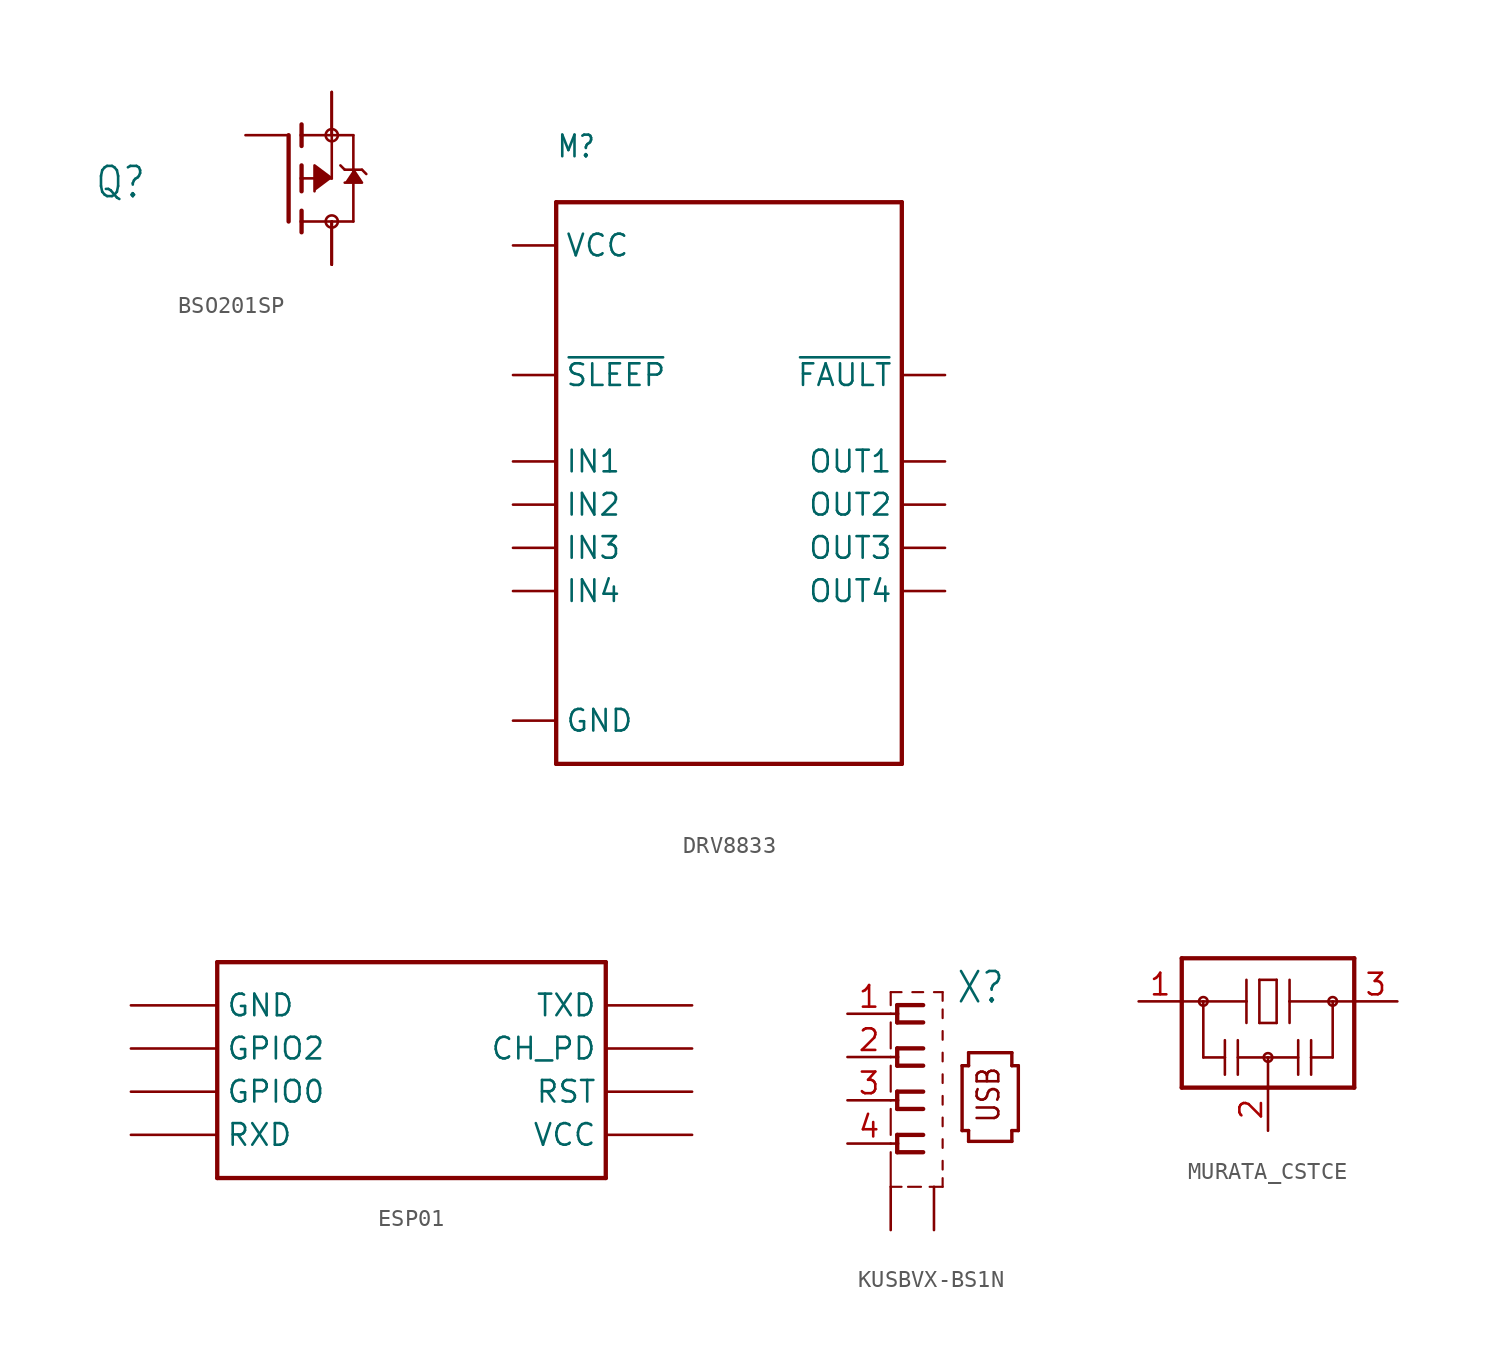
<source format=kicad_sym>
(kicad_symbol_lib
  (version 20220914)
  (generator kicad_symbol_editor)
  (symbol "BSO201SP"
    (property "Reference" "Q"
      (at -11.43 -1.27 0)
      (effects (font (size 1.778 1.511)) (justify left bottom)))
    (property "Value" ""
      (at -11.43 -3.81 0)
      (effects (font (size 1.778 1.511)) (justify left bottom)))
    (property "ki_locked" ""
      (at 0 0 0)
      (effects (font (size 1.27 1.27))))
    (symbol "BSO201SP_1_0"
      (polyline (pts (xy 0 -2.54) (xy 0 2.54)) (stroke (width 0.254) (type solid)) (fill (type none)))
      (polyline (pts (xy 0.762 -3.175) (xy 0.762 -2.54)) (stroke (width 0.254) (type solid)) (fill (type none)))
      (polyline (pts (xy 0.762 -2.54) (xy 0.762 -1.905)) (stroke (width 0.254) (type solid)) (fill (type none)))
      (polyline (pts (xy 0.762 -2.54) (xy 3.81 -2.54)) (stroke (width 0.152) (type solid)) (fill (type none)))
      (polyline (pts (xy 0.762 -0.762) (xy 0.762 0)) (stroke (width 0.254) (type solid)) (fill (type none)))
      (polyline (pts (xy 0.762 0) (xy 0.762 0.762)) (stroke (width 0.254) (type solid)) (fill (type none)))
      (polyline (pts (xy 0.762 0) (xy 2.54 0)) (stroke (width 0.152) (type solid)) (fill (type none)))
      (polyline (pts (xy 0.762 1.905) (xy 0.762 2.54)) (stroke (width 0.254) (type solid)) (fill (type none)))
      (polyline (pts (xy 0.762 2.54) (xy 0.762 3.175)) (stroke (width 0.254) (type solid)) (fill (type none)))
      (polyline (pts (xy 2.54 0) (xy 2.54 2.54)) (stroke (width 0.152) (type solid)) (fill (type none)))
      (polyline (pts (xy 2.54 2.54) (xy 0.762 2.54)) (stroke (width 0.152) (type solid)) (fill (type none)))
      (polyline (pts (xy 2.54 2.54) (xy 3.81 2.54)) (stroke (width 0.152) (type solid)) (fill (type none)))
      (polyline (pts (xy 3.048 0.762) (xy 3.302 0.508)) (stroke (width 0.152) (type solid)) (fill (type none)))
      (polyline (pts (xy 3.302 0.508) (xy 3.81 0.508)) (stroke (width 0.152) (type solid)) (fill (type none)))
      (polyline (pts (xy 3.81 -2.54) (xy 3.81 0.508)) (stroke (width 0.152) (type solid)) (fill (type none)))
      (polyline (pts (xy 3.81 0.508) (xy 3.81 2.54)) (stroke (width 0.152) (type solid)) (fill (type none)))
      (polyline (pts (xy 3.81 0.508) (xy 4.318 0.508)) (stroke (width 0.152) (type solid)) (fill (type none)))
      (polyline (pts (xy 4.318 0.508) (xy 4.572 0.254)) (stroke (width 0.152) (type solid)) (fill (type none)))
      (polyline (pts (xy 2.54 0) (xy 1.524 0.762) (xy 1.524 -0.762)) (stroke (width 0.152) (type solid)) (fill (type outline)))
      (polyline (pts (xy 3.81 0.508) (xy 4.318 -0.254) (xy 3.302 -0.254)) (stroke (width 0.152) (type solid)) (fill (type outline)))
      (circle (center 2.54 -2.54) (radius 0.359) (stroke (width 0) (type solid)) (fill (type none)))
      (circle (center 2.54 2.54) (radius 0.359) (stroke (width 0) (type solid)) (fill (type none)))
      (pin passive line (at 2.54 5.08 270) (length 2.54) (name "S" (effects (font (size 0 0)))) (number "1" (effects (font (size 0 0)))))
      (pin passive line (at 2.54 5.08 270) (length 2.54) (name "S" (effects (font (size 0 0)))) (number "2" (effects (font (size 0 0)))))
      (pin passive line (at 2.54 5.08 270) (length 2.54) (name "S" (effects (font (size 0 0)))) (number "3" (effects (font (size 0 0)))))
      (pin passive line (at -2.54 2.54 0) (length 2.54) (name "G" (effects (font (size 0 0)))) (number "4" (effects (font (size 0 0)))))
      (pin passive line (at 2.54 -5.08 90) (length 2.54) (name "D" (effects (font (size 0 0)))) (number "5" (effects (font (size 0 0)))))
      (pin passive line (at 2.54 -5.08 90) (length 2.54) (name "D" (effects (font (size 0 0)))) (number "6" (effects (font (size 0 0)))))
      (pin passive line (at 2.54 -5.08 90) (length 2.54) (name "D" (effects (font (size 0 0)))) (number "7" (effects (font (size 0 0)))))
      (pin passive line (at 2.54 -5.08 90) (length 2.54) (name "D" (effects (font (size 0 0)))) (number "8" (effects (font (size 0 0)))))))
  (symbol "DRV8833"
    (property "Reference" "M"
      (at -10.16 20.32 0)
      (effects (font (size 1.27 1.079)) (justify left bottom)))
    (property "Value" ""
      (at -10.16 18.542 0)
      (effects (font (size 1.27 1.079)) (justify left bottom)))
    (property "ki_locked" ""
      (at 0 0 0)
      (effects (font (size 1.27 1.27))))
    (symbol "DRV8833_1_0"
      (polyline (pts (xy -10.16 -15.24) (xy 10.16 -15.24)) (stroke (width 0.254) (type solid)) (fill (type none)))
      (polyline (pts (xy -10.16 17.78) (xy -10.16 -15.24)) (stroke (width 0.254) (type solid)) (fill (type none)))
      (polyline (pts (xy 10.16 -15.24) (xy 10.16 17.78)) (stroke (width 0.254) (type solid)) (fill (type none)))
      (polyline (pts (xy 10.16 17.78) (xy -10.16 17.78)) (stroke (width 0.254) (type solid)) (fill (type none)))
      (pin bidirectional line (at 12.7 7.62 180) (length 2.54) (name "~{FAULT}" (effects (font (size 1.27 1.27)))) (number "!FAULT" (effects (font (size 0 0)))))
      (pin bidirectional line (at -12.7 7.62 0) (length 2.54) (name "~{SLEEP}" (effects (font (size 1.27 1.27)))) (number "!SLEEP" (effects (font (size 0 0)))))
      (pin bidirectional line (at -12.7 -12.7 0) (length 2.54) (name "GND" (effects (font (size 1.27 1.27)))) (number "GND" (effects (font (size 0 0)))))
      (pin bidirectional line (at -12.7 2.54 0) (length 2.54) (name "IN1" (effects (font (size 1.27 1.27)))) (number "IN1" (effects (font (size 0 0)))))
      (pin bidirectional line (at -12.7 0 0) (length 2.54) (name "IN2" (effects (font (size 1.27 1.27)))) (number "IN2" (effects (font (size 0 0)))))
      (pin bidirectional line (at -12.7 -2.54 0) (length 2.54) (name "IN3" (effects (font (size 1.27 1.27)))) (number "IN3" (effects (font (size 0 0)))))
      (pin bidirectional line (at -12.7 -5.08 0) (length 2.54) (name "IN4" (effects (font (size 1.27 1.27)))) (number "IN4" (effects (font (size 0 0)))))
      (pin bidirectional line (at 12.7 2.54 180) (length 2.54) (name "OUT1" (effects (font (size 1.27 1.27)))) (number "OUT1" (effects (font (size 0 0)))))
      (pin bidirectional line (at 12.7 0 180) (length 2.54) (name "OUT2" (effects (font (size 1.27 1.27)))) (number "OUT2" (effects (font (size 0 0)))))
      (pin bidirectional line (at 12.7 -2.54 180) (length 2.54) (name "OUT3" (effects (font (size 1.27 1.27)))) (number "OUT3" (effects (font (size 0 0)))))
      (pin bidirectional line (at 12.7 -5.08 180) (length 2.54) (name "OUT4" (effects (font (size 1.27 1.27)))) (number "OUT4" (effects (font (size 0 0)))))
      (pin bidirectional line (at -12.7 15.24 0) (length 2.54) (name "VCC" (effects (font (size 1.27 1.27)))) (number "VCC" (effects (font (size 0 0)))))))
  (symbol "ESP01"
    (property "Reference" ""
      (at -12.7 10.16 0)
      (effects (font (size 1.778 1.511)) (justify left bottom) hide))
    (property "ki_locked" ""
      (at 0 0 0)
      (effects (font (size 1.27 1.27))))
    (symbol "ESP01_1_0"
      (polyline (pts (xy -12.7 -2.54) (xy 10.16 -2.54)) (stroke (width 0.254) (type solid)) (fill (type none)))
      (polyline (pts (xy -12.7 10.16) (xy -12.7 -2.54)) (stroke (width 0.254) (type solid)) (fill (type none)))
      (polyline (pts (xy 10.16 -2.54) (xy 10.16 10.16)) (stroke (width 0.254) (type solid)) (fill (type none)))
      (polyline (pts (xy 10.16 10.16) (xy -12.7 10.16)) (stroke (width 0.254) (type solid)) (fill (type none)))
      (pin bidirectional line (at 15.24 5.08 180) (length 5.08) (name "CH_PD" (effects (font (size 1.27 1.27)))) (number "CH_PD" (effects (font (size 0 0)))))
      (pin bidirectional line (at -17.78 7.62 0) (length 5.08) (name "GND" (effects (font (size 1.27 1.27)))) (number "GND" (effects (font (size 0 0)))))
      (pin bidirectional line (at -17.78 2.54 0) (length 5.08) (name "GPIO0" (effects (font (size 1.27 1.27)))) (number "GPIO0" (effects (font (size 0 0)))))
      (pin bidirectional line (at -17.78 5.08 0) (length 5.08) (name "GPIO2" (effects (font (size 1.27 1.27)))) (number "GPIO2" (effects (font (size 0 0)))))
      (pin bidirectional line (at 15.24 2.54 180) (length 5.08) (name "RST" (effects (font (size 1.27 1.27)))) (number "RST" (effects (font (size 0 0)))))
      (pin bidirectional line (at -17.78 0 0) (length 5.08) (name "RXD" (effects (font (size 1.27 1.27)))) (number "RX" (effects (font (size 0 0)))))
      (pin bidirectional line (at 15.24 7.62 180) (length 5.08) (name "TXD" (effects (font (size 1.27 1.27)))) (number "TX" (effects (font (size 0 0)))))
      (pin bidirectional line (at 15.24 0 180) (length 5.08) (name "VCC" (effects (font (size 1.27 1.27)))) (number "VCC" (effects (font (size 0 0)))))))
  (symbol "KUSBVX-BS1N"
    (property "Reference" "X"
      (at 1.27 5.588 0)
      (effects (font (size 1.778 1.511)) (justify left bottom)))
    (property "Value" ""
      (at 1.27 -5.842 0)
      (effects (font (size 1.778 1.511)) (justify left bottom)))
    (property "ki_locked" ""
      (at 0 0 0)
      (effects (font (size 1.27 1.27))))
    (symbol "KUSBVX-BS1N_1_0"
      (polyline (pts (xy -2.54 -5.08) (xy -1.905 -5.08)) (stroke (width 0.127) (type solid)) (fill (type none)))
      (polyline (pts (xy -2.54 -3.048) (xy -2.54 -5.08)) (stroke (width 0.127) (type solid)) (fill (type none)))
      (polyline (pts (xy -2.54 -2.54) (xy -2.159 -2.54)) (stroke (width 0.152) (type solid)) (fill (type none)))
      (polyline (pts (xy -2.54 -0.508) (xy -2.54 -2.032)) (stroke (width 0.127) (type solid)) (fill (type none)))
      (polyline (pts (xy -2.54 0) (xy -2.159 0)) (stroke (width 0.152) (type solid)) (fill (type none)))
      (polyline (pts (xy -2.54 2.032) (xy -2.54 0.508)) (stroke (width 0.127) (type solid)) (fill (type none)))
      (polyline (pts (xy -2.54 2.54) (xy -2.159 2.54)) (stroke (width 0.152) (type solid)) (fill (type none)))
      (polyline (pts (xy -2.54 4.572) (xy -2.54 3.048)) (stroke (width 0.127) (type solid)) (fill (type none)))
      (polyline (pts (xy -2.54 5.08) (xy -2.159 5.08)) (stroke (width 0.152) (type solid)) (fill (type none)))
      (polyline (pts (xy -2.54 6.35) (xy -2.54 5.588)) (stroke (width 0.127) (type solid)) (fill (type none)))
      (polyline (pts (xy -2.159 -3.048) (xy -0.635 -3.048)) (stroke (width 0.254) (type solid)) (fill (type none)))
      (polyline (pts (xy -2.159 -2.54) (xy -2.159 -3.048)) (stroke (width 0.254) (type solid)) (fill (type none)))
      (polyline (pts (xy -2.159 -2.032) (xy -2.159 -2.54)) (stroke (width 0.254) (type solid)) (fill (type none)))
      (polyline (pts (xy -2.159 -0.508) (xy -0.635 -0.508)) (stroke (width 0.254) (type solid)) (fill (type none)))
      (polyline (pts (xy -2.159 0) (xy -2.159 -0.508)) (stroke (width 0.254) (type solid)) (fill (type none)))
      (polyline (pts (xy -2.159 0.508) (xy -2.159 0)) (stroke (width 0.254) (type solid)) (fill (type none)))
      (polyline (pts (xy -2.159 2.032) (xy -0.635 2.032)) (stroke (width 0.254) (type solid)) (fill (type none)))
      (polyline (pts (xy -2.159 2.54) (xy -2.159 2.032)) (stroke (width 0.254) (type solid)) (fill (type none)))
      (polyline (pts (xy -2.159 3.048) (xy -2.159 2.54)) (stroke (width 0.254) (type solid)) (fill (type none)))
      (polyline (pts (xy -2.159 4.572) (xy -0.635 4.572)) (stroke (width 0.254) (type solid)) (fill (type none)))
      (polyline (pts (xy -2.159 5.08) (xy -2.159 4.572)) (stroke (width 0.254) (type solid)) (fill (type none)))
      (polyline (pts (xy -2.159 5.588) (xy -2.159 5.08)) (stroke (width 0.254) (type solid)) (fill (type none)))
      (polyline (pts (xy -1.905 6.35) (xy -2.54 6.35)) (stroke (width 0.127) (type solid)) (fill (type none)))
      (polyline (pts (xy -1.524 -5.08) (xy -0.762 -5.08)) (stroke (width 0.127) (type solid)) (fill (type none)))
      (polyline (pts (xy -0.635 -2.032) (xy -2.159 -2.032)) (stroke (width 0.254) (type solid)) (fill (type none)))
      (polyline (pts (xy -0.635 0.508) (xy -2.159 0.508)) (stroke (width 0.254) (type solid)) (fill (type none)))
      (polyline (pts (xy -0.635 3.048) (xy -2.159 3.048)) (stroke (width 0.254) (type solid)) (fill (type none)))
      (polyline (pts (xy -0.635 5.588) (xy -2.159 5.588)) (stroke (width 0.254) (type solid)) (fill (type none)))
      (polyline (pts (xy -0.635 6.35) (xy -1.27 6.35)) (stroke (width 0.127) (type solid)) (fill (type none)))
      (polyline (pts (xy -0.254 -5.08) (xy 0.508 -5.08)) (stroke (width 0.127) (type solid)) (fill (type none)))
      (polyline (pts (xy 0.508 -5.08) (xy 0.508 -4.572)) (stroke (width 0.127) (type solid)) (fill (type none)))
      (polyline (pts (xy 0.508 -4.064) (xy 0.508 -3.556)) (stroke (width 0.127) (type solid)) (fill (type none)))
      (polyline (pts (xy 0.508 -2.794) (xy 0.508 -2.286)) (stroke (width 0.127) (type solid)) (fill (type none)))
      (polyline (pts (xy 0.508 -1.524) (xy 0.508 -1.016)) (stroke (width 0.127) (type solid)) (fill (type none)))
      (polyline (pts (xy 0.508 -0.254) (xy 0.508 0.254)) (stroke (width 0.127) (type solid)) (fill (type none)))
      (polyline (pts (xy 0.508 1.016) (xy 0.508 1.524)) (stroke (width 0.127) (type solid)) (fill (type none)))
      (polyline (pts (xy 0.508 2.286) (xy 0.508 2.794)) (stroke (width 0.127) (type solid)) (fill (type none)))
      (polyline (pts (xy 0.508 3.556) (xy 0.508 4.064)) (stroke (width 0.127) (type solid)) (fill (type none)))
      (polyline (pts (xy 0.508 4.826) (xy 0.508 5.334)) (stroke (width 0.127) (type solid)) (fill (type none)))
      (polyline (pts (xy 0.508 5.842) (xy 0.508 6.35)) (stroke (width 0.127) (type solid)) (fill (type none)))
      (polyline (pts (xy 0.508 6.35) (xy 0 6.35)) (stroke (width 0.127) (type solid)) (fill (type none)))
      (polyline (pts (xy 1.651 -1.778) (xy 2.032 -1.778)) (stroke (width 0.2) (type solid)) (fill (type none)))
      (polyline (pts (xy 1.651 2.032) (xy 1.651 -1.778)) (stroke (width 0.2) (type solid)) (fill (type none)))
      (polyline (pts (xy 2.032 -2.413) (xy 4.572 -2.413)) (stroke (width 0.2) (type solid)) (fill (type none)))
      (polyline (pts (xy 2.032 -1.778) (xy 2.032 -2.413)) (stroke (width 0.2) (type solid)) (fill (type none)))
      (polyline (pts (xy 2.032 2.032) (xy 1.651 2.032)) (stroke (width 0.2) (type solid)) (fill (type none)))
      (polyline (pts (xy 2.032 2.794) (xy 2.032 2.032)) (stroke (width 0.2) (type solid)) (fill (type none)))
      (polyline (pts (xy 4.572 -2.413) (xy 4.572 -1.778)) (stroke (width 0.2) (type solid)) (fill (type none)))
      (polyline (pts (xy 4.572 -1.778) (xy 4.953 -1.778)) (stroke (width 0.2) (type solid)) (fill (type none)))
      (polyline (pts (xy 4.572 2.032) (xy 4.572 2.794)) (stroke (width 0.2) (type solid)) (fill (type none)))
      (polyline (pts (xy 4.572 2.794) (xy 2.032 2.794)) (stroke (width 0.2) (type solid)) (fill (type none)))
      (polyline (pts (xy 4.953 -1.778) (xy 4.953 2.032)) (stroke (width 0.2) (type solid)) (fill (type none)))
      (polyline (pts (xy 4.953 2.032) (xy 4.572 2.032)) (stroke (width 0.2) (type solid)) (fill (type none)))
      (text "USB" (at 3.937 -1.397 900) (effects (font (size 1.27 1.079)) (justify left bottom)))
      (pin passive line (at -5.08 5.08 0) (length 2.54) (name "1" (effects (font (size 0 0)))) (number "1" (effects (font (size 1.27 1.27)))))
      (pin passive line (at -5.08 2.54 0) (length 2.54) (name "2" (effects (font (size 0 0)))) (number "2" (effects (font (size 1.27 1.27)))))
      (pin passive line (at -5.08 0 0) (length 2.54) (name "3" (effects (font (size 0 0)))) (number "3" (effects (font (size 1.27 1.27)))))
      (pin passive line (at -5.08 -2.54 0) (length 2.54) (name "4" (effects (font (size 0 0)))) (number "4" (effects (font (size 1.27 1.27)))))
      (pin passive line (at -2.54 -7.62 90) (length 2.54) (name "S1" (effects (font (size 0 0)))) (number "M1" (effects (font (size 0 0)))))
      (pin passive line (at 0 -7.62 90) (length 2.54) (name "S2" (effects (font (size 0 0)))) (number "M2" (effects (font (size 0 0)))))))
  (symbol "MURATA_CSTCE"
    (property "Reference" ""
      (at -5.08 3.81 0)
      (effects (font (size 1.778 1.511)) (justify left bottom) hide))
    (property "Value" ""
      (at 2.54 -7.62 0)
      (effects (font (size 1.778 1.511)) (justify left bottom)))
    (property "ki_locked" ""
      (at 0 0 0)
      (effects (font (size 1.27 1.27))))
    (symbol "MURATA_CSTCE_1_0"
      (circle (center -3.81 0) (radius 0.254) (stroke (width 0) (type solid)) (fill (type none)))
      (circle (center 0 -3.302) (radius 0.254) (stroke (width 0) (type solid)) (fill (type none)))
      (polyline (pts (xy -5.08 -5.08) (xy -5.08 0)) (stroke (width 0.254) (type solid)) (fill (type none)))
      (polyline (pts (xy -5.08 0) (xy -5.08 2.54)) (stroke (width 0.254) (type solid)) (fill (type none)))
      (polyline (pts (xy -5.08 0) (xy -3.81 0)) (stroke (width 0.152) (type solid)) (fill (type none)))
      (polyline (pts (xy -5.08 2.54) (xy 5.08 2.54)) (stroke (width 0.254) (type solid)) (fill (type none)))
      (polyline (pts (xy -3.81 -3.302) (xy -3.81 0)) (stroke (width 0.152) (type solid)) (fill (type none)))
      (polyline (pts (xy -3.81 0) (xy -1.27 0)) (stroke (width 0.152) (type solid)) (fill (type none)))
      (polyline (pts (xy -2.54 -3.302) (xy -3.81 -3.302)) (stroke (width 0.152) (type solid)) (fill (type none)))
      (polyline (pts (xy -2.54 -3.302) (xy -2.54 -4.318)) (stroke (width 0.152) (type solid)) (fill (type none)))
      (polyline (pts (xy -2.54 -2.286) (xy -2.54 -3.302)) (stroke (width 0.152) (type solid)) (fill (type none)))
      (polyline (pts (xy -1.778 -2.286) (xy -1.778 -4.318)) (stroke (width 0.152) (type solid)) (fill (type none)))
      (polyline (pts (xy -1.27 0) (xy -1.27 -1.27)) (stroke (width 0.152) (type solid)) (fill (type none)))
      (polyline (pts (xy -1.27 0) (xy -1.27 1.27)) (stroke (width 0.152) (type solid)) (fill (type none)))
      (polyline (pts (xy -0.508 -1.27) (xy 0.508 -1.27)) (stroke (width 0.152) (type solid)) (fill (type none)))
      (polyline (pts (xy -0.508 1.27) (xy -0.508 -1.27)) (stroke (width 0.152) (type solid)) (fill (type none)))
      (polyline (pts (xy 0 -5.08) (xy -5.08 -5.08)) (stroke (width 0.254) (type solid)) (fill (type none)))
      (polyline (pts (xy 0 -5.08) (xy 0 -3.302)) (stroke (width 0.152) (type solid)) (fill (type none)))
      (polyline (pts (xy 0 -3.302) (xy -1.778 -3.302)) (stroke (width 0.152) (type solid)) (fill (type none)))
      (polyline (pts (xy 0 -3.302) (xy 1.778 -3.302)) (stroke (width 0.152) (type solid)) (fill (type none)))
      (polyline (pts (xy 0.508 -1.27) (xy 0.508 1.27)) (stroke (width 0.152) (type solid)) (fill (type none)))
      (polyline (pts (xy 0.508 1.27) (xy -0.508 1.27)) (stroke (width 0.152) (type solid)) (fill (type none)))
      (polyline (pts (xy 1.27 0) (xy 1.27 -1.27)) (stroke (width 0.152) (type solid)) (fill (type none)))
      (polyline (pts (xy 1.27 0) (xy 3.81 0)) (stroke (width 0.152) (type solid)) (fill (type none)))
      (polyline (pts (xy 1.27 1.27) (xy 1.27 0)) (stroke (width 0.152) (type solid)) (fill (type none)))
      (polyline (pts (xy 1.778 -2.286) (xy 1.778 -4.318)) (stroke (width 0.152) (type solid)) (fill (type none)))
      (polyline (pts (xy 2.54 -3.302) (xy 2.54 -4.318)) (stroke (width 0.152) (type solid)) (fill (type none)))
      (polyline (pts (xy 2.54 -3.302) (xy 3.81 -3.302)) (stroke (width 0.152) (type solid)) (fill (type none)))
      (polyline (pts (xy 2.54 -2.286) (xy 2.54 -3.302)) (stroke (width 0.152) (type solid)) (fill (type none)))
      (polyline (pts (xy 3.81 -3.302) (xy 3.81 0)) (stroke (width 0.152) (type solid)) (fill (type none)))
      (polyline (pts (xy 3.81 0) (xy 5.08 0)) (stroke (width 0.152) (type solid)) (fill (type none)))
      (polyline (pts (xy 5.08 -5.08) (xy 0 -5.08)) (stroke (width 0.254) (type solid)) (fill (type none)))
      (polyline (pts (xy 5.08 0) (xy 5.08 -5.08)) (stroke (width 0.254) (type solid)) (fill (type none)))
      (polyline (pts (xy 5.08 2.54) (xy 5.08 0)) (stroke (width 0.254) (type solid)) (fill (type none)))
      (circle (center 3.81 0) (radius 0.254) (stroke (width 0) (type solid)) (fill (type none)))
      (pin passive line (at -7.62 0 0) (length 2.54) (name "1" (effects (font (size 0 0)))) (number "1" (effects (font (size 1.27 1.27)))))
      (pin passive line (at 0 -7.62 90) (length 2.54) (name "2" (effects (font (size 0 0)))) (number "2" (effects (font (size 1.27 1.27)))))
      (pin passive line (at 7.62 0 180) (length 2.54) (name "3" (effects (font (size 0 0)))) (number "3" (effects (font (size 1.27 1.27))))))))
</source>
